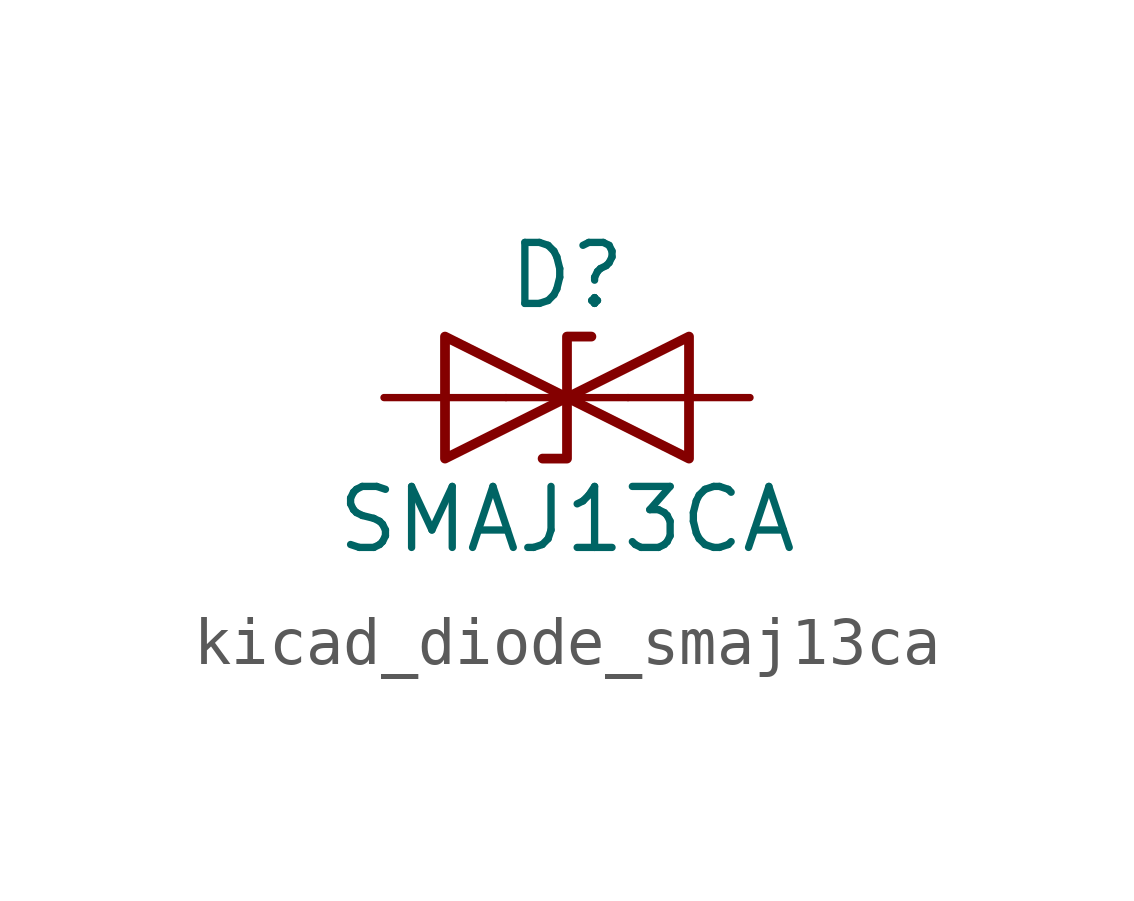
<source format=kicad_sym>
(kicad_symbol_lib
  (version 20220914)
  (generator kicad_symbol_editor)
  (symbol "kicad_diode_smaj13ca"
    (pin_numbers hide)
    (pin_names
      (offset 1.016) hide)
    (property "Reference" "D"
      (at 0 2.54 0)
      (effects (font (size 1.27 1.27))))
    (property "Value" "SMAJ13CA"
      (at 0 -2.54 0)
      (effects (font (size 1.27 1.27))))
    (symbol "kicad_diode_smaj13ca_0_1"
      (polyline (pts (xy 1.27 0) (xy -1.27 0)) (stroke (width 0) (type default)) (fill (type none)))
      (polyline (pts (xy -2.54 -1.27) (xy 0 0) (xy -2.54 1.27) (xy -2.54 -1.27)) (stroke (width 0.203) (type default)) (fill (type none)))
      (polyline (pts (xy 0.508 1.27) (xy 0 1.27) (xy 0 -1.27) (xy -0.508 -1.27)) (stroke (width 0.203) (type default)) (fill (type none)))
      (polyline (pts (xy 2.54 1.27) (xy 2.54 -1.27) (xy 0 0) (xy 2.54 1.27)) (stroke (width 0.203) (type default)) (fill (type none))))
    (symbol "kicad_diode_smaj13ca_1_1"
      (pin passive line (at -3.81 0 0) (length 2.54) (name "A1" (effects (font (size 1.27 1.27)))) (number "1" (effects (font (size 1.27 1.27)))))
      (pin passive line (at 3.81 0 180) (length 2.54) (name "A2" (effects (font (size 1.27 1.27)))) (number "2" (effects (font (size 1.27 1.27))))))))
</source>
